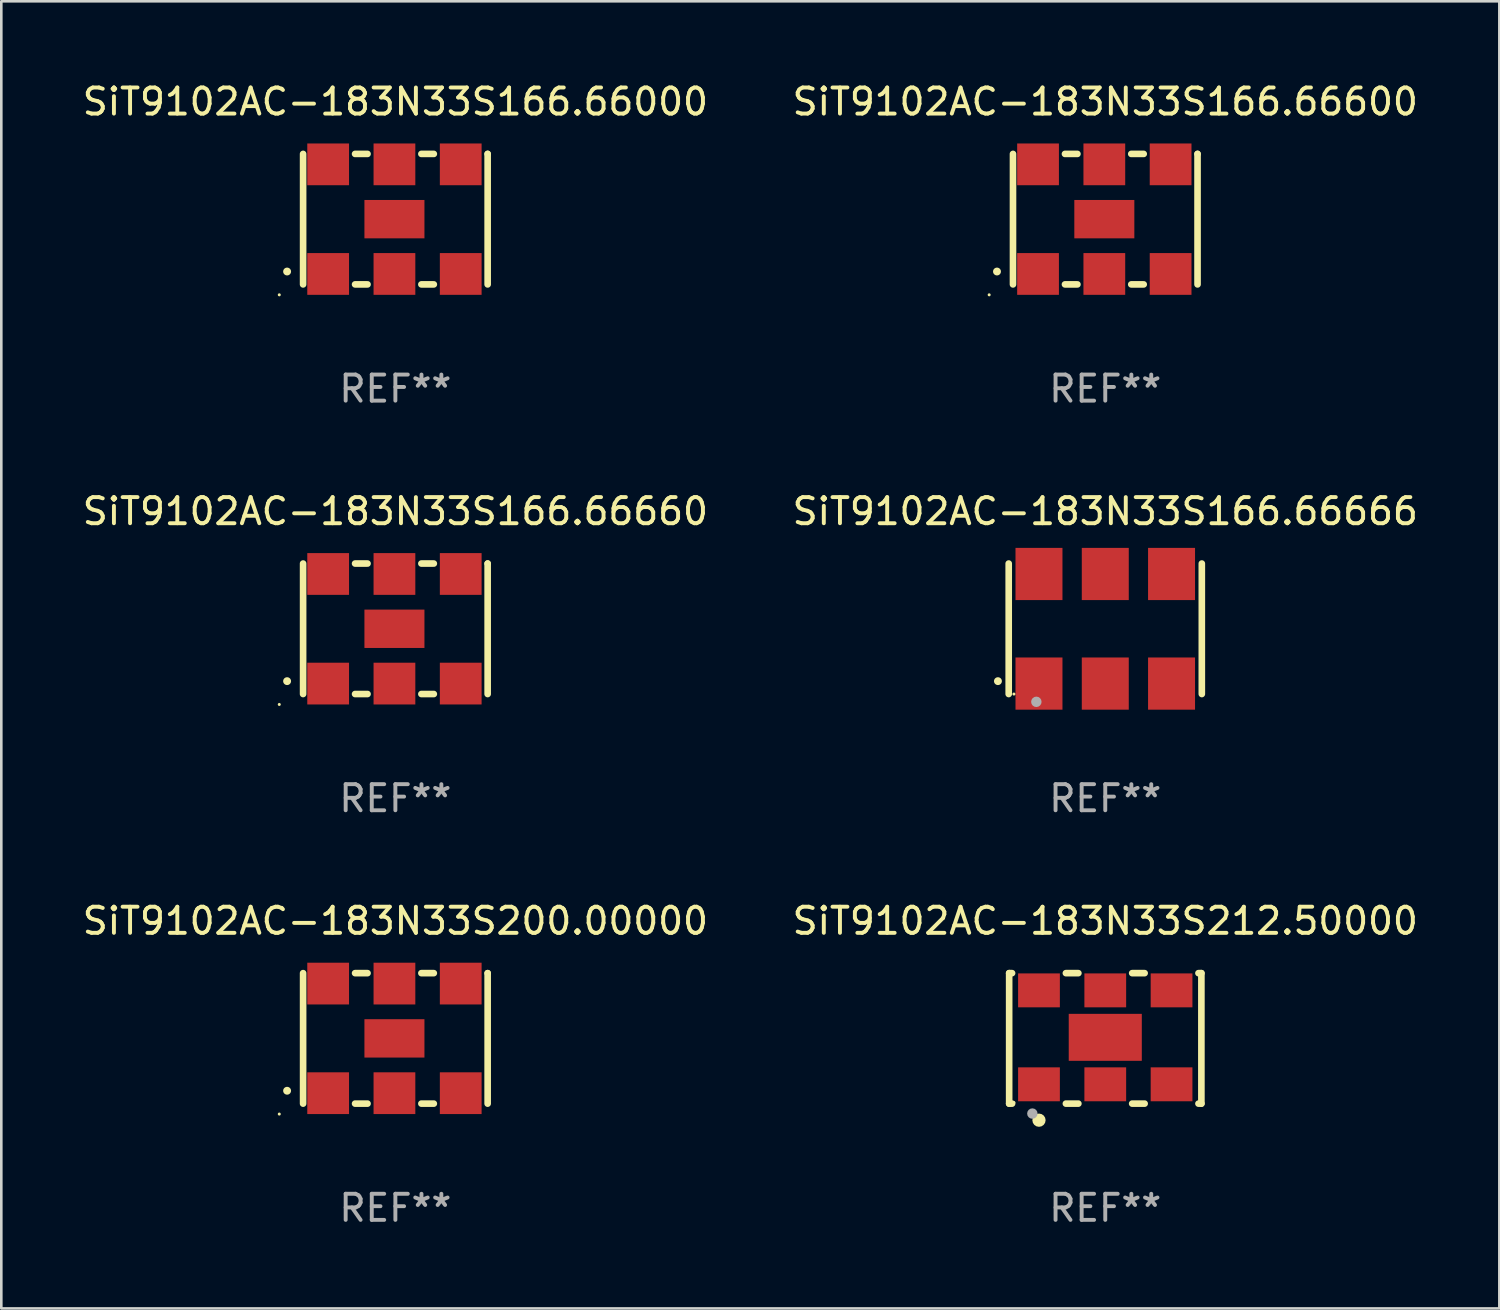
<source format=kicad_pcb>
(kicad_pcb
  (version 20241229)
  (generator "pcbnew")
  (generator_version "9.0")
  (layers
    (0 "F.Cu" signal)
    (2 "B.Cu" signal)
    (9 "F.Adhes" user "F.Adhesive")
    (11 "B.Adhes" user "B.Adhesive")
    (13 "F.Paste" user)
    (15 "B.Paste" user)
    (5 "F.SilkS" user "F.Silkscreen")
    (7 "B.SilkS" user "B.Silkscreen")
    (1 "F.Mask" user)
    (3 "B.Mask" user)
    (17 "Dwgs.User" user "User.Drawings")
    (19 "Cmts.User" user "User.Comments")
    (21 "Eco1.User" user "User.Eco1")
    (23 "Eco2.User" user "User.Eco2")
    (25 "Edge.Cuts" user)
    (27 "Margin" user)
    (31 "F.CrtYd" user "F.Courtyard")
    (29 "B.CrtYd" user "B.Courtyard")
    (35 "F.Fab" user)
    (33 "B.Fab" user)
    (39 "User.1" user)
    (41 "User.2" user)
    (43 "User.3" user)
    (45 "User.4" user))
  (footprint "SiT9102AC-183N33S212.50000"
    (layer "F.Cu")
    (at 39.304 36.741)
    (property "Reference" "SiT9102AC-183N33S212.50000" (at 0 -4.5 0) (layer "F.SilkS") (effects (font (size 1 1) (thickness 0.15))))
    (attr through_hole)
    (fp_line (start -3.683 -2.5) (end -3.571 -2.5) (stroke (width 0.254) (type solid)) (layer "F.SilkS"))
    (fp_line (start -3.683 2.5) (end -3.683 -2.5) (stroke (width 0.254) (type solid)) (layer "F.SilkS"))
    (fp_line (start -3.683 2.5) (end -3.571 2.5) (stroke (width 0.254) (type solid)) (layer "F.SilkS"))
    (fp_line (start -1.509 -2.5) (end -1.031 -2.5) (stroke (width 0.254) (type solid)) (layer "F.SilkS"))
    (fp_line (start -1.509 2.5) (end -1.031 2.5) (stroke (width 0.254) (type solid)) (layer "F.SilkS"))
    (fp_line (start 1.031 -2.5) (end 1.509 -2.5) (stroke (width 0.254) (type solid)) (layer "F.SilkS"))
    (fp_line (start 1.031 2.5) (end 1.509 2.5) (stroke (width 0.254) (type solid)) (layer "F.SilkS"))
    (fp_line (start 3.571 -2.5) (end 3.683 -2.5) (stroke (width 0.254) (type solid)) (layer "F.SilkS"))
    (fp_line (start 3.571 2.5) (end 3.683 2.5) (stroke (width 0.254) (type solid)) (layer "F.SilkS"))
    (fp_line (start 3.683 2.5) (end 3.683 -2.5) (stroke (width 0.254) (type solid)) (layer "F.SilkS"))
    (fp_circle (center -3.5 2.46) (end -3.47 2.46) (stroke (width 0.06) (type solid)) (fill no) (layer "F.SilkS"))
    (fp_circle (center -2.54 3.135) (end -2.413 3.135) (stroke (width 0.254) (type solid)) (fill no) (layer "F.SilkS"))
    (fp_circle (center -2.794 2.881) (end -2.694 2.881) (stroke (width 0.2) (type solid)) (fill no) (layer "F.Fab"))
    (fp_text user "REF**" (at 0 6.5 0) (layer "F.Fab") (effects (font (size 1 1) (thickness 0.15))))
    (pad "1" smd rect (at -2.54 1.76) (size 1.6 1.3) (layers "F.Cu" "F.Mask" "F.Paste"))
    (pad "2" smd rect (at 0 1.76) (size 1.6 1.3) (layers "F.Cu" "F.Mask" "F.Paste"))
    (pad "3" smd rect (at 2.54 1.76) (size 1.6 1.3) (layers "F.Cu" "F.Mask" "F.Paste"))
    (pad "4" smd rect (at 2.54 -1.84) (size 1.6 1.3) (layers "F.Cu" "F.Mask" "F.Paste"))
    (pad "5" smd rect (at 0 -1.84) (size 1.6 1.3) (layers "F.Cu" "F.Mask" "F.Paste"))
    (pad "6" smd rect (at -2.54 -1.84) (size 1.6 1.3) (layers "F.Cu" "F.Mask" "F.Paste"))
    (pad "7" smd rect (at 0 -0.04) (size 2.8 1.8) (layers "F.Cu" "F.Mask" "F.Paste")))
  (footprint "SiT9102AC-183N33S200.00000"
    (layer "F.Cu")
    (at 12.101 36.741)
    (property "Reference" "SiT9102AC-183N33S200.00000" (at 0 -4.5 0) (layer "F.SilkS") (effects (font (size 1 1) (thickness 0.15))))
    (attr through_hole)
    (fp_line (start -3.536 -2.5) (end -3.536 2.5) (stroke (width 0.254) (type solid)) (layer "F.SilkS"))
    (fp_line (start -1.544 2.5) (end -1.067 2.5) (stroke (width 0.254) (type solid)) (layer "F.SilkS"))
    (fp_line (start -1.067 -2.5) (end -1.544 -2.5) (stroke (width 0.254) (type solid)) (layer "F.SilkS"))
    (fp_line (start 0.996 2.5) (end 1.473 2.5) (stroke (width 0.254) (type solid)) (layer "F.SilkS"))
    (fp_line (start 1.473 -2.5) (end 0.996 -2.5) (stroke (width 0.254) (type solid)) (layer "F.SilkS"))
    (fp_line (start 3.536 -2.5) (end 3.536 -2.5) (stroke (width 0.254) (type solid)) (layer "F.SilkS"))
    (fp_line (start 3.536 2.5) (end 3.536 -2.5) (stroke (width 0.254) (type solid)) (layer "F.SilkS"))
    (fp_arc (start -4.150432 2.006604) (mid -4.149162 2.006599) (end -4.147892 2.006604) (stroke (width 0.3) (type solid)) (layer "F.SilkS"))
    (fp_circle (center -4.449 2.9) (end -4.419 2.9) (stroke (width 0.06) (type solid)) (fill no) (layer "F.SilkS"))
    (fp_text user "REF**" (at 0 6.5 0) (layer "F.Fab") (effects (font (size 1 1) (thickness 0.15))))
    (pad "1" smd rect (at -2.576 2.1) (size 1.6 1.6) (layers "F.Cu" "F.Mask" "F.Paste"))
    (pad "2" smd rect (at -0.036 2.1) (size 1.6 1.6) (layers "F.Cu" "F.Mask" "F.Paste"))
    (pad "3" smd rect (at 2.504 2.1) (size 1.6 1.6) (layers "F.Cu" "F.Mask" "F.Paste"))
    (pad "4" smd rect (at 2.504 -2.1) (size 1.6 1.6) (layers "F.Cu" "F.Mask" "F.Paste"))
    (pad "5" smd rect (at -0.036 -2.1) (size 1.6 1.6) (layers "F.Cu" "F.Mask" "F.Paste"))
    (pad "6" smd rect (at -2.576 -2.1) (size 1.6 1.6) (layers "F.Cu" "F.Mask" "F.Paste"))
    (pad "7" smd rect (at -0.036 0) (size 2.3 1.47) (layers "F.Cu" "F.Mask" "F.Paste")))
  (footprint "SiT9102AC-183N33S166.66660"
    (layer "F.Cu")
    (at 12.101 21.045)
    (property "Reference" "SiT9102AC-183N33S166.66660" (at 0 -4.5 0) (layer "F.SilkS") (effects (font (size 1 1) (thickness 0.15))))
    (attr through_hole)
    (fp_line (start -3.536 -2.5) (end -3.536 2.5) (stroke (width 0.254) (type solid)) (layer "F.SilkS"))
    (fp_line (start -1.544 2.5) (end -1.067 2.5) (stroke (width 0.254) (type solid)) (layer "F.SilkS"))
    (fp_line (start -1.067 -2.5) (end -1.544 -2.5) (stroke (width 0.254) (type solid)) (layer "F.SilkS"))
    (fp_line (start 0.996 2.5) (end 1.473 2.5) (stroke (width 0.254) (type solid)) (layer "F.SilkS"))
    (fp_line (start 1.473 -2.5) (end 0.996 -2.5) (stroke (width 0.254) (type solid)) (layer "F.SilkS"))
    (fp_line (start 3.536 -2.5) (end 3.536 -2.5) (stroke (width 0.254) (type solid)) (layer "F.SilkS"))
    (fp_line (start 3.536 2.5) (end 3.536 -2.5) (stroke (width 0.254) (type solid)) (layer "F.SilkS"))
    (fp_arc (start -4.150432 2.006604) (mid -4.149162 2.006599) (end -4.147892 2.006604) (stroke (width 0.3) (type solid)) (layer "F.SilkS"))
    (fp_circle (center -4.449 2.9) (end -4.419 2.9) (stroke (width 0.06) (type solid)) (fill no) (layer "F.SilkS"))
    (fp_text user "REF**" (at 0 6.5 0) (layer "F.Fab") (effects (font (size 1 1) (thickness 0.15))))
    (pad "1" smd rect (at -2.576 2.1) (size 1.6 1.6) (layers "F.Cu" "F.Mask" "F.Paste"))
    (pad "2" smd rect (at -0.036 2.1) (size 1.6 1.6) (layers "F.Cu" "F.Mask" "F.Paste"))
    (pad "3" smd rect (at 2.504 2.1) (size 1.6 1.6) (layers "F.Cu" "F.Mask" "F.Paste"))
    (pad "4" smd rect (at 2.504 -2.1) (size 1.6 1.6) (layers "F.Cu" "F.Mask" "F.Paste"))
    (pad "5" smd rect (at -0.036 -2.1) (size 1.6 1.6) (layers "F.Cu" "F.Mask" "F.Paste"))
    (pad "6" smd rect (at -2.576 -2.1) (size 1.6 1.6) (layers "F.Cu" "F.Mask" "F.Paste"))
    (pad "7" smd rect (at -0.036 0) (size 2.3 1.47) (layers "F.Cu" "F.Mask" "F.Paste")))
  (footprint "SiT9102AC-183N33S166.66666"
    (layer "F.Cu")
    (at 39.304 21.045)
    (property "Reference" "SiT9102AC-183N33S166.66666" (at 0 -4.5 0) (layer "F.SilkS") (effects (font (size 1 1) (thickness 0.15))))
    (attr through_hole)
    (fp_line (start -3.7 -2.5) (end -3.7 2.5) (stroke (width 0.254) (type solid)) (layer "F.SilkS"))
    (fp_line (start 3.7 -2.5) (end 3.7 2.5) (stroke (width 0.254) (type solid)) (layer "F.SilkS"))
    (fp_arc (start -4.114415 2.006604) (mid -4.113145 2.006599) (end -4.111875 2.006604) (stroke (width 0.3) (type solid)) (layer "F.SilkS"))
    (fp_circle (center -3.5 2.501) (end -3.47 2.501) (stroke (width 0.06) (type solid)) (fill no) (layer "F.SilkS"))
    (fp_circle (center -2.641 2.799) (end -2.541 2.799) (stroke (width 0.2) (type solid)) (fill no) (layer "F.Fab"))
    (fp_text user "REF**" (at 0 6.5 0) (layer "F.Fab") (effects (font (size 1 1) (thickness 0.15))))
    (pad "1" smd rect (at -2.54 2.1) (size 1.8 2) (layers "F.Cu" "F.Mask" "F.Paste"))
    (pad "2" smd rect (at 0.000394 2.1) (size 1.8 2) (layers "F.Cu" "F.Mask" "F.Paste"))
    (pad "3" smd rect (at 2.54 2.1) (size 1.8 2) (layers "F.Cu" "F.Mask" "F.Paste"))
    (pad "4" smd rect (at 2.54 -2.1) (size 1.8 2) (layers "F.Cu" "F.Mask" "F.Paste"))
    (pad "5" smd rect (at 0.000394 -2.1) (size 1.8 2) (layers "F.Cu" "F.Mask" "F.Paste"))
    (pad "6" smd rect (at -2.54 -2.1) (size 1.8 2) (layers "F.Cu" "F.Mask" "F.Paste")))
  (footprint "SiT9102AC-183N33S166.66000"
    (layer "F.Cu")
    (at 12.101 5.348)
    (property "Reference" "SiT9102AC-183N33S166.66000" (at 0 -4.5 0) (layer "F.SilkS") (effects (font (size 1 1) (thickness 0.15))))
    (attr through_hole)
    (fp_line (start -3.536 -2.5) (end -3.536 2.5) (stroke (width 0.254) (type solid)) (layer "F.SilkS"))
    (fp_line (start -1.544 2.5) (end -1.067 2.5) (stroke (width 0.254) (type solid)) (layer "F.SilkS"))
    (fp_line (start -1.067 -2.5) (end -1.544 -2.5) (stroke (width 0.254) (type solid)) (layer "F.SilkS"))
    (fp_line (start 0.996 2.5) (end 1.473 2.5) (stroke (width 0.254) (type solid)) (layer "F.SilkS"))
    (fp_line (start 1.473 -2.5) (end 0.996 -2.5) (stroke (width 0.254) (type solid)) (layer "F.SilkS"))
    (fp_line (start 3.536 -2.5) (end 3.536 -2.5) (stroke (width 0.254) (type solid)) (layer "F.SilkS"))
    (fp_line (start 3.536 2.5) (end 3.536 -2.5) (stroke (width 0.254) (type solid)) (layer "F.SilkS"))
    (fp_arc (start -4.150432 2.006604) (mid -4.149162 2.006599) (end -4.147892 2.006604) (stroke (width 0.3) (type solid)) (layer "F.SilkS"))
    (fp_circle (center -4.449 2.9) (end -4.419 2.9) (stroke (width 0.06) (type solid)) (fill no) (layer "F.SilkS"))
    (fp_text user "REF**" (at 0 6.5 0) (layer "F.Fab") (effects (font (size 1 1) (thickness 0.15))))
    (pad "1" smd rect (at -2.576 2.1) (size 1.6 1.6) (layers "F.Cu" "F.Mask" "F.Paste"))
    (pad "2" smd rect (at -0.036 2.1) (size 1.6 1.6) (layers "F.Cu" "F.Mask" "F.Paste"))
    (pad "3" smd rect (at 2.504 2.1) (size 1.6 1.6) (layers "F.Cu" "F.Mask" "F.Paste"))
    (pad "4" smd rect (at 2.504 -2.1) (size 1.6 1.6) (layers "F.Cu" "F.Mask" "F.Paste"))
    (pad "5" smd rect (at -0.036 -2.1) (size 1.6 1.6) (layers "F.Cu" "F.Mask" "F.Paste"))
    (pad "6" smd rect (at -2.576 -2.1) (size 1.6 1.6) (layers "F.Cu" "F.Mask" "F.Paste"))
    (pad "7" smd rect (at -0.036 0) (size 2.3 1.47) (layers "F.Cu" "F.Mask" "F.Paste")))
  (footprint "SiT9102AC-183N33S166.66600"
    (layer "F.Cu")
    (at 39.304 5.348)
    (property "Reference" "SiT9102AC-183N33S166.66600" (at 0 -4.5 0) (layer "F.SilkS") (effects (font (size 1 1) (thickness 0.15))))
    (attr through_hole)
    (fp_line (start -3.536 -2.5) (end -3.536 2.5) (stroke (width 0.254) (type solid)) (layer "F.SilkS"))
    (fp_line (start -1.544 2.5) (end -1.067 2.5) (stroke (width 0.254) (type solid)) (layer "F.SilkS"))
    (fp_line (start -1.067 -2.5) (end -1.544 -2.5) (stroke (width 0.254) (type solid)) (layer "F.SilkS"))
    (fp_line (start 0.996 2.5) (end 1.473 2.5) (stroke (width 0.254) (type solid)) (layer "F.SilkS"))
    (fp_line (start 1.473 -2.5) (end 0.996 -2.5) (stroke (width 0.254) (type solid)) (layer "F.SilkS"))
    (fp_line (start 3.536 -2.5) (end 3.536 -2.5) (stroke (width 0.254) (type solid)) (layer "F.SilkS"))
    (fp_line (start 3.536 2.5) (end 3.536 -2.5) (stroke (width 0.254) (type solid)) (layer "F.SilkS"))
    (fp_arc (start -4.150432 2.006604) (mid -4.149162 2.006599) (end -4.147892 2.006604) (stroke (width 0.3) (type solid)) (layer "F.SilkS"))
    (fp_circle (center -4.449 2.9) (end -4.419 2.9) (stroke (width 0.06) (type solid)) (fill no) (layer "F.SilkS"))
    (fp_text user "REF**" (at 0 6.5 0) (layer "F.Fab") (effects (font (size 1 1) (thickness 0.15))))
    (pad "1" smd rect (at -2.576 2.1) (size 1.6 1.6) (layers "F.Cu" "F.Mask" "F.Paste"))
    (pad "2" smd rect (at -0.036 2.1) (size 1.6 1.6) (layers "F.Cu" "F.Mask" "F.Paste"))
    (pad "3" smd rect (at 2.504 2.1) (size 1.6 1.6) (layers "F.Cu" "F.Mask" "F.Paste"))
    (pad "4" smd rect (at 2.504 -2.1) (size 1.6 1.6) (layers "F.Cu" "F.Mask" "F.Paste"))
    (pad "5" smd rect (at -0.036 -2.1) (size 1.6 1.6) (layers "F.Cu" "F.Mask" "F.Paste"))
    (pad "6" smd rect (at -2.576 -2.1) (size 1.6 1.6) (layers "F.Cu" "F.Mask" "F.Paste"))
    (pad "7" smd rect (at -0.036 0) (size 2.3 1.47) (layers "F.Cu" "F.Mask" "F.Paste")))
  (gr_rect
    (start -3 -3)
    (end 54.405 47.09)
    (stroke (width 0.1) (type default))
    (fill no)
    (layer "Edge.Cuts")))
</source>
